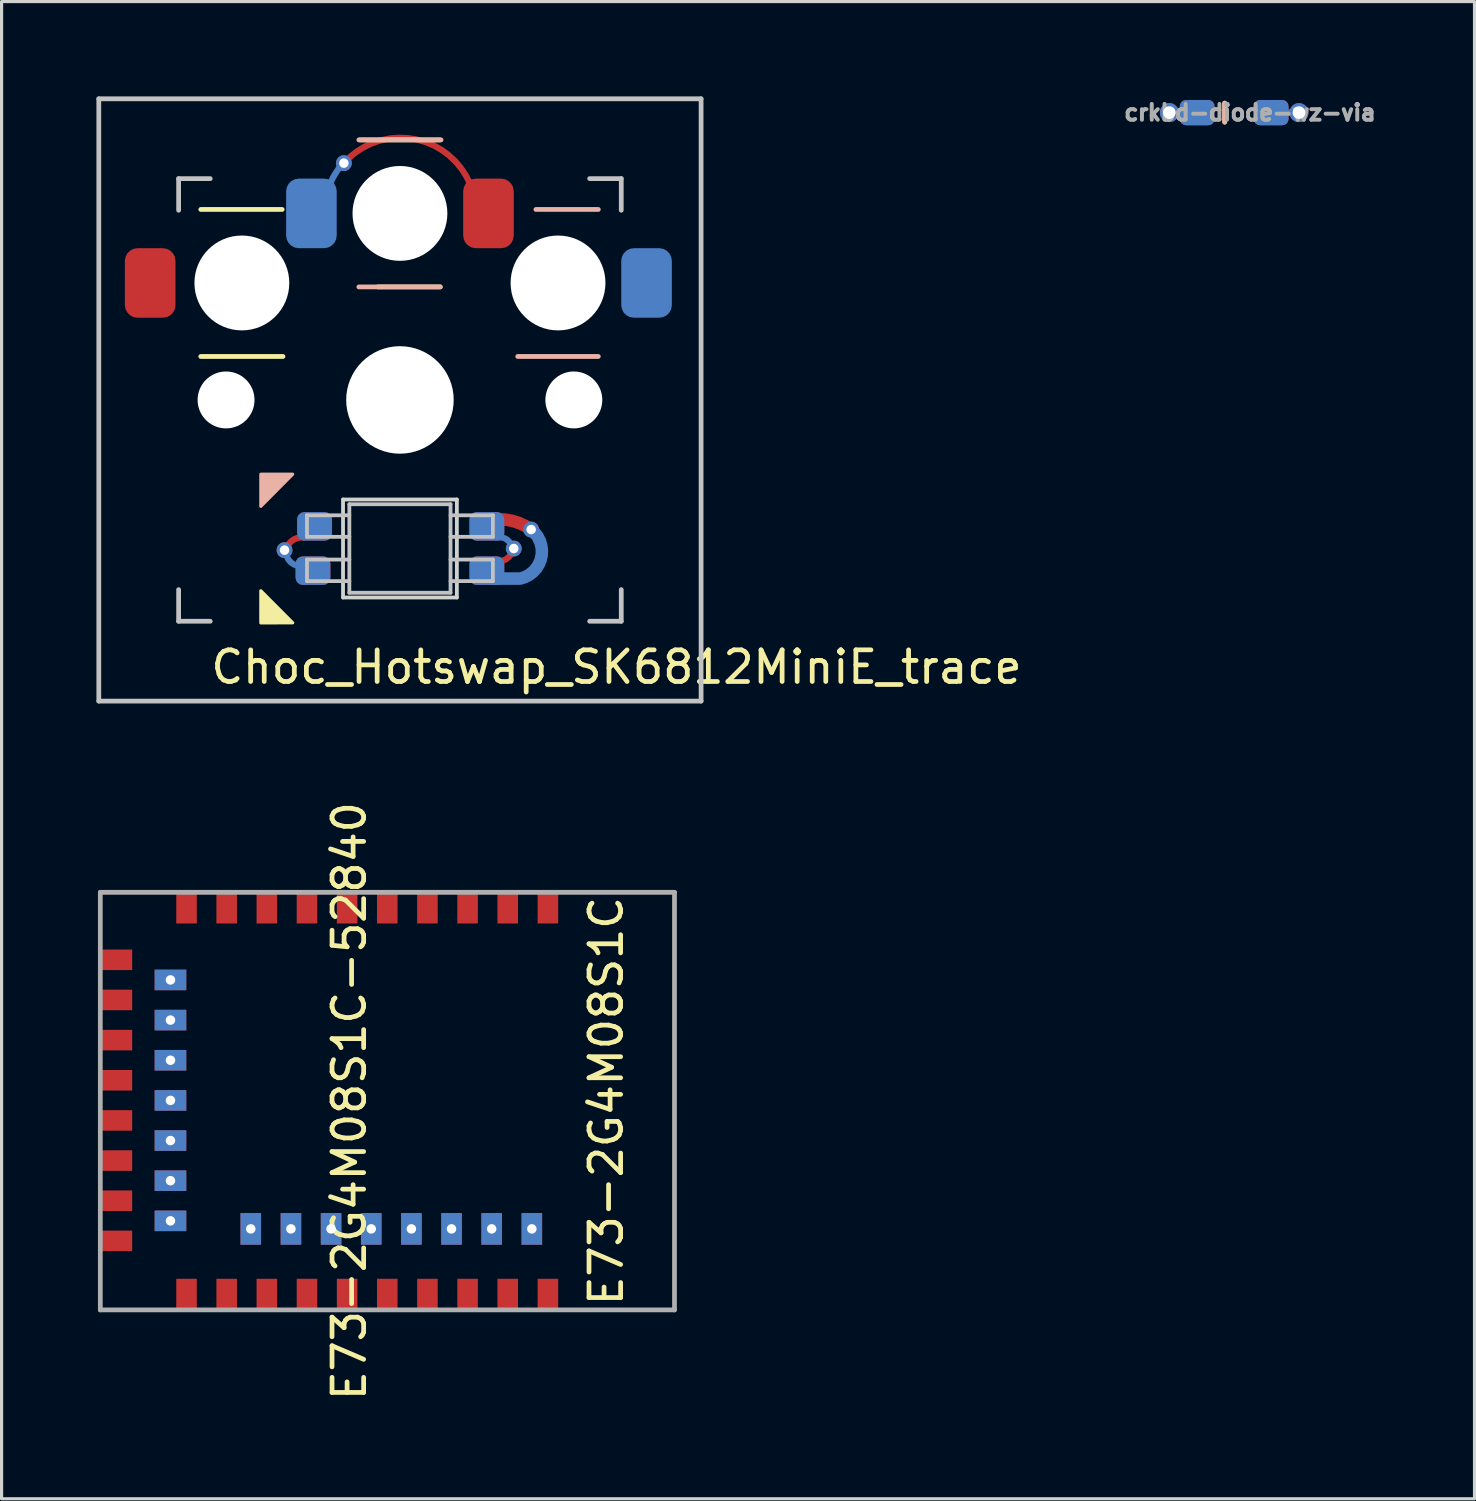
<source format=kicad_pcb>
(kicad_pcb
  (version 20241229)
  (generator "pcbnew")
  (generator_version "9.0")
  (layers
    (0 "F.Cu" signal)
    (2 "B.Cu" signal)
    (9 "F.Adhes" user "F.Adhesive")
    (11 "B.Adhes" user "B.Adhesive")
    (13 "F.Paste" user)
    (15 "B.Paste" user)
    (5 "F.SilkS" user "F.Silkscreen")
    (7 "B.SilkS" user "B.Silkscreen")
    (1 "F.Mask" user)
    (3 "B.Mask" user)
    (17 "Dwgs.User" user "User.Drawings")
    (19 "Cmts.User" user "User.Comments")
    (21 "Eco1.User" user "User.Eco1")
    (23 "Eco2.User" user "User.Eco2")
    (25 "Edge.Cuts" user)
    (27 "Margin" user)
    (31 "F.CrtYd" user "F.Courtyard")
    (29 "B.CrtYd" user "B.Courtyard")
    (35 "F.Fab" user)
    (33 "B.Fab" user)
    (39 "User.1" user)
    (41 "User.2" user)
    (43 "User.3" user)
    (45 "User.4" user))
  (footprint "E73-2G4M08S1C-52840"
    (layer "F.Cu")
    (at 0.25 31.778)
    (property "Reference" "E73-2G4M08S1C-52840" (at 7.747 -0.000467 270) (layer "F.SilkS") (effects (font (size 1 1) (thickness 0.15))))
    (attr through_hole)
    (fp_line (start -0.127 -6.604) (end -0.127 6.604) (stroke (width 0.15) (type solid)) (layer "F.Fab"))
    (fp_line (start -0.127 6.604) (end 18.034 6.604) (stroke (width 0.15) (type solid)) (layer "F.Fab"))
    (fp_line (start 18.034 -6.604) (end -0.127 -6.604) (stroke (width 0.15) (type solid)) (layer "F.Fab"))
    (fp_line (start 18.034 6.604) (end 18.034 -6.604) (stroke (width 0.15) (type solid)) (layer "F.Fab"))
    (fp_text user "E73-2G4M08S1C" (at 15.875 0 90) (layer "F.SilkS") (effects (font (size 1 1) (thickness 0.15))))
    (pad "1" smd rect (at 14.03 -6.119) (size 0.65 1) (layers "F.Cu" "F.Mask" "F.Paste"))
    (pad "2" smd rect (at 12.76 -6.119) (size 0.65 1) (layers "F.Cu" "F.Mask" "F.Paste"))
    (pad "3" smd rect (at 11.49 -6.119) (size 0.65 1) (layers "F.Cu" "F.Mask" "F.Paste"))
    (pad "4" smd rect (at 10.22 -6.119) (size 0.65 1) (layers "F.Cu" "F.Mask" "F.Paste"))
    (pad "5" smd rect (at 8.95 -6.119) (size 0.65 1) (layers "F.Cu" "F.Mask" "F.Paste"))
    (pad "6" smd rect (at 7.68 -6.119) (size 0.65 1) (layers "F.Cu" "F.Mask" "F.Paste"))
    (pad "7" smd rect (at 6.41 -6.119) (size 0.65 1) (layers "F.Cu" "F.Mask" "F.Paste"))
    (pad "8" smd rect (at 5.14 -6.119) (size 0.65 1) (layers "F.Cu" "F.Mask" "F.Paste"))
    (pad "9" smd rect (at 3.87 -6.119) (size 0.65 1) (layers "F.Cu" "F.Mask" "F.Paste"))
    (pad "10" smd rect (at 2.6 -6.119) (size 0.65 1) (layers "F.Cu" "F.Mask" "F.Paste"))
    (pad "11" smd rect (at 0.381 -4.47 90) (size 0.65 1) (layers "F.Cu" "F.Mask" "F.Paste"))
    (pad "12" thru_hole rect (at 2.092 -3.833 90) (size 0.65 1) (drill 0.3) (layers "*.Cu" "*.Mask"))
    (pad "13" smd rect (at 0.381 -3.2 90) (size 0.65 1) (layers "F.Cu" "F.Mask" "F.Paste"))
    (pad "14" thru_hole rect (at 2.092 -2.563 90) (size 0.65 1) (drill 0.3) (layers "*.Cu" "*.Mask"))
    (pad "15" smd rect (at 0.381 -1.93 90) (size 0.65 1) (layers "F.Cu" "F.Mask" "F.Paste"))
    (pad "16" thru_hole rect (at 2.092 -1.293 90) (size 0.65 1) (drill 0.3) (layers "*.Cu" "*.Mask"))
    (pad "17" smd rect (at 0.381 -0.66 90) (size 0.65 1) (layers "F.Cu" "F.Mask" "F.Paste"))
    (pad "18" thru_hole rect (at 2.092 -0.023 90) (size 0.65 1) (drill 0.3) (layers "*.Cu" "*.Mask"))
    (pad "19" smd rect (at 0.381 0.61 90) (size 0.65 1) (layers "F.Cu" "F.Mask" "F.Paste"))
    (pad "20" thru_hole rect (at 2.092 1.247 90) (size 0.65 1) (drill 0.3) (layers "*.Cu" "*.Mask"))
    (pad "21" smd rect (at 0.381 1.88 90) (size 0.65 1) (layers "F.Cu" "F.Mask" "F.Paste"))
    (pad "22" thru_hole rect (at 2.092 2.517 90) (size 0.65 1) (drill 0.3) (layers "*.Cu" "*.Mask"))
    (pad "23" smd rect (at 0.381 3.15 90) (size 0.65 1) (layers "F.Cu" "F.Mask" "F.Paste"))
    (pad "24" thru_hole rect (at 2.092 3.787 90) (size 0.65 1) (drill 0.3) (layers "*.Cu" "*.Mask"))
    (pad "25" smd rect (at 0.381 4.42 90) (size 0.65 1) (layers "F.Cu" "F.Mask" "F.Paste"))
    (pad "26" smd rect (at 2.6 6.119) (size 0.65 1) (layers "F.Cu" "F.Mask" "F.Paste"))
    (pad "27" smd rect (at 3.87 6.119) (size 0.65 1) (layers "F.Cu" "F.Mask" "F.Paste"))
    (pad "28" thru_hole rect (at 4.632 4.041) (size 0.65 1) (drill 0.3) (layers "*.Cu" "*.Mask"))
    (pad "29" smd rect (at 5.14 6.119) (size 0.65 1) (layers "F.Cu" "F.Mask" "F.Paste"))
    (pad "30" thru_hole rect (at 5.902 4.041) (size 0.65 1) (drill 0.3) (layers "*.Cu" "*.Mask"))
    (pad "31" smd rect (at 6.41 6.119) (size 0.65 1) (layers "F.Cu" "F.Mask" "F.Paste"))
    (pad "32" thru_hole rect (at 7.172 4.041) (size 0.65 1) (drill 0.3) (layers "*.Cu" "*.Mask"))
    (pad "33" smd rect (at 7.68 6.119) (size 0.65 1) (layers "F.Cu" "F.Mask" "F.Paste"))
    (pad "34" thru_hole rect (at 8.442 4.041) (size 0.65 1) (drill 0.3) (layers "*.Cu" "*.Mask"))
    (pad "35" smd rect (at 8.95 6.119) (size 0.65 1) (layers "F.Cu" "F.Mask" "F.Paste"))
    (pad "36" thru_hole rect (at 9.712 4.041) (size 0.65 1) (drill 0.3) (layers "*.Cu" "*.Mask"))
    (pad "37" smd rect (at 10.22 6.119) (size 0.65 1) (layers "F.Cu" "F.Mask" "F.Paste"))
    (pad "38" thru_hole rect (at 10.982 4.041) (size 0.65 1) (drill 0.3) (layers "*.Cu" "*.Mask"))
    (pad "39" smd rect (at 11.49 6.119) (size 0.65 1) (layers "F.Cu" "F.Mask" "F.Paste"))
    (pad "40" thru_hole rect (at 12.252 4.041) (size 0.65 1) (drill 0.3) (layers "*.Cu" "*.Mask"))
    (pad "41" smd rect (at 12.76 6.119) (size 0.65 1) (layers "F.Cu" "F.Mask" "F.Paste"))
    (pad "42" thru_hole rect (at 13.522 4.041) (size 0.65 1) (drill 0.3) (layers "*.Cu" "*.Mask"))
    (pad "43" smd rect (at 14.03 6.119) (size 0.65 1) (layers "F.Cu" "F.Mask" "F.Paste")))
  (footprint "Choc_Hotswap_SK6812MiniE_trace"
    (layer "F.Cu")
    (at 9.6 9.6)
    (property "Reference" "Choc_Hotswap_SK6812MiniE_trace" (at 6.85 8.45 180) (layer "F.SilkS") (effects (font (size 1 1) (thickness 0.15))))
    (attr through_hole)
    (fp_line (start -6.3 -6.025) (end -3.725 -6.025) (stroke (width 0.15) (type solid)) (layer "F.SilkS"))
    (fp_line (start -6.3 -1.375) (end -3.7 -1.375) (stroke (width 0.15) (type solid)) (layer "F.SilkS"))
    (fp_line (start -1.275 -8.225) (end 1.275 -8.225) (stroke (width 0.15) (type solid)) (layer "F.SilkS"))
    (fp_line (start -0.7 -3.575) (end 1.275 -3.575) (stroke (width 0.15) (type solid)) (layer "F.SilkS"))
    (fp_poly (pts (xy -3.392 7.049) (xy -4.4 7.052) (xy -4.4 6.036)) (stroke (width 0.1) (type solid)) (fill yes) (layer "F.SilkS"))
    (fp_line (start -1.3 -8.225) (end 1.3 -8.225) (stroke (width 0.15) (type solid)) (layer "B.SilkS"))
    (fp_line (start -1.3 -3.575) (end 1.275 -3.575) (stroke (width 0.15) (type solid)) (layer "B.SilkS"))
    (fp_line (start 3.725 -1.375) (end 6.275 -1.375) (stroke (width 0.15) (type solid)) (layer "B.SilkS"))
    (fp_line (start 4.3 -6.025) (end 6.275 -6.025) (stroke (width 0.15) (type solid)) (layer "B.SilkS"))
    (fp_poly (pts (xy -4.4 3.365) (xy -4.4 2.349) (xy -3.392 2.349)) (stroke (width 0.1) (type solid)) (fill yes) (layer "B.SilkS"))
    (fp_line (start -9.525 -9.525) (end 9.525 -9.525) (stroke (width 0.15) (type solid)) (layer "Dwgs.User"))
    (fp_line (start -9.525 9.525) (end -9.525 -9.525) (stroke (width 0.15) (type solid)) (layer "Dwgs.User"))
    (fp_line (start -7 -7) (end -7 -6) (stroke (width 0.15) (type solid)) (layer "Dwgs.User"))
    (fp_line (start -7 6) (end -7 7) (stroke (width 0.15) (type solid)) (layer "Dwgs.User"))
    (fp_line (start -7 7) (end -6 7) (stroke (width 0.15) (type solid)) (layer "Dwgs.User"))
    (fp_line (start -6 -7) (end -7 -7) (stroke (width 0.15) (type solid)) (layer "Dwgs.User"))
    (fp_line (start -2.94 3.649) (end -2.94 4.329) (stroke (width 0.12) (type solid)) (layer "Dwgs.User"))
    (fp_line (start -2.94 4.329) (end -1.6 4.329) (stroke (width 0.12) (type solid)) (layer "Dwgs.User"))
    (fp_line (start -2.94 5.049) (end -2.94 5.729) (stroke (width 0.12) (type solid)) (layer "Dwgs.User"))
    (fp_line (start -2.94 5.729) (end -1.6 5.729) (stroke (width 0.12) (type solid)) (layer "Dwgs.User"))
    (fp_line (start -1.6 3.299) (end -1.6 6.099) (stroke (width 0.12) (type solid)) (layer "Dwgs.User"))
    (fp_line (start -1.6 3.299) (end 1.6 3.299) (stroke (width 0.12) (type solid)) (layer "Dwgs.User"))
    (fp_line (start -1.6 3.649) (end -2.94 3.649) (stroke (width 0.12) (type solid)) (layer "Dwgs.User"))
    (fp_line (start -1.6 5.049) (end -2.94 5.049) (stroke (width 0.12) (type solid)) (layer "Dwgs.User"))
    (fp_line (start -1.6 6.099) (end 1.6 6.099) (stroke (width 0.12) (type solid)) (layer "Dwgs.User"))
    (fp_line (start 1.6 3.299) (end 1.6 6.099) (stroke (width 0.12) (type solid)) (layer "Dwgs.User"))
    (fp_line (start 1.6 4.329) (end 2.94 4.329) (stroke (width 0.12) (type solid)) (layer "Dwgs.User"))
    (fp_line (start 1.6 5.729) (end 2.94 5.729) (stroke (width 0.12) (type solid)) (layer "Dwgs.User"))
    (fp_line (start 2.94 3.649) (end 1.6 3.649) (stroke (width 0.12) (type solid)) (layer "Dwgs.User"))
    (fp_line (start 2.94 4.329) (end 2.94 3.649) (stroke (width 0.12) (type solid)) (layer "Dwgs.User"))
    (fp_line (start 2.94 5.049) (end 1.6 5.049) (stroke (width 0.12) (type solid)) (layer "Dwgs.User"))
    (fp_line (start 2.94 5.729) (end 2.94 5.049) (stroke (width 0.12) (type solid)) (layer "Dwgs.User"))
    (fp_line (start 6 -7) (end 7 -7) (stroke (width 0.15) (type solid)) (layer "Dwgs.User"))
    (fp_line (start 7 -7) (end 7 -6) (stroke (width 0.15) (type solid)) (layer "Dwgs.User"))
    (fp_line (start 7 6) (end 7 7) (stroke (width 0.15) (type solid)) (layer "Dwgs.User"))
    (fp_line (start 7 7) (end 6 7) (stroke (width 0.15) (type solid)) (layer "Dwgs.User"))
    (fp_line (start 9.525 -9.525) (end 9.525 9.525) (stroke (width 0.15) (type solid)) (layer "Dwgs.User"))
    (fp_line (start 9.525 9.525) (end -9.525 9.525) (stroke (width 0.15) (type solid)) (layer "Dwgs.User"))
    (fp_line (start -1.8 3.149) (end -1.8 6.249) (stroke (width 0.12) (type solid)) (layer "Edge.Cuts"))
    (fp_line (start -1.8 6.249) (end 1.8 6.249) (stroke (width 0.12) (type solid)) (layer "Edge.Cuts"))
    (fp_line (start 1.8 3.149) (end -1.8 3.149) (stroke (width 0.12) (type solid)) (layer "Edge.Cuts"))
    (fp_line (start 1.8 6.249) (end 1.8 3.149) (stroke (width 0.12) (type solid)) (layer "Edge.Cuts"))
    (pad "" np_thru_hole circle (at -5.5 0 270) (size 1.8 1.8) (drill 1.8) (layers "*.Cu" "*.Mask"))
    (pad "" np_thru_hole circle (at -5 -3.7 90) (size 3 3) (drill 3) (layers "*.Cu" "*.Mask"))
    (pad "" np_thru_hole circle (at 0 -5.9 270) (size 3 3) (drill 3) (layers "*.Cu" "*.Mask"))
    (pad "" np_thru_hole circle (at 0 0 270) (size 3.4 3.4) (drill 3.4) (layers "*.Cu" "*.Mask"))
    (pad "" np_thru_hole circle (at 5 -3.7 270) (size 3 3) (drill 3) (layers "*.Cu" "*.Mask"))
    (pad "" np_thru_hole circle (at 5.5 0 270) (size 1.8 1.8) (drill 1.8) (layers "*.Cu" "*.Mask"))
    (pad "1" smd roundrect (at 2.75 3.999) (size 1.1 0.9) (layers "F.Cu" "F.Mask" "F.Paste") (roundrect_rratio 0.25))
    (pad "1" smd roundrect (at 2.75 5.399) (size 1.1 0.9) (layers "B.Cu" "B.Mask" "B.Paste") (roundrect_rratio 0.25))
    (pad "1" smd custom (at 3.564 3.88) (size 0.2 0.2) (layers "F.Cu") (options (anchor circle)) (primitives (gr_arc (start -0.489297 -0.106117) (mid 0.069838 -0.03139) (end 0.57766 0.214236) (width 0.4))))
    (pad "1" thru_hole circle (at 4.15 4.1) (size 0.5 0.5) (drill 0.3) (layers "*.Cu"))
    (pad "1" smd custom (at 4.3 5.2) (size 0.224 0.224) (layers "B.Cu") (options (anchor circle)) (primitives (gr_arc (start -0.15 -1.1) (mid 0.168602 -0.215125) (end -0.496983 0.449336) (width 0.4)) (gr_line (start -0.55 0.45) (end -1.4 0.449) (width 0.4))))
    (pad "2" smd roundrect (at 2.75 3.999) (size 1.1 0.9) (layers "B.Cu" "B.Mask" "B.Paste") (roundrect_rratio 0.25))
    (pad "2" smd roundrect (at 2.75 5.399) (size 1.1 0.9) (layers "F.Cu" "F.Mask" "F.Paste") (roundrect_rratio 0.25))
    (pad "2" smd custom (at 3.4 4.45) (size 0.15 0.15) (layers "B.Cu") (options (anchor circle)) (primitives (gr_arc (start -0.3 -0.1) (mid 0.026295 0.002246) (end 0.150235 0.320934) (width 0.2)) (gr_poly (pts (xy -0.075 -0.037) (xy -0.072 -0.052) (xy -0.064 -0.064) (xy -0.052 -0.072) (xy -0.037 -0.075) (xy 0.037 -0.075) (xy 0.052 -0.072) (xy 0.064 -0.064) (xy 0.072 -0.052) (xy 0.075 -0.037) (xy 0.075 0.037) (xy 0.072 0.052) (xy 0.064 0.064) (xy 0.052 0.072) (xy 0.037 0.075) (xy -0.037 0.075) (xy -0.052 0.072) (xy -0.064 0.064) (xy -0.072 0.052) (xy -0.075 0.037)) (width 0) (fill yes))))
    (pad "2" smd custom (at 3.4 5) (size 0.1 0.1) (layers "F.Cu") (options (anchor circle)) (primitives (gr_arc (start 0.15 -0.2) (mid -0.046525 0.036448) (end -0.347298 0.100204) (width 0.2))))
    (pad "2" thru_hole circle (at 3.6 4.7) (size 0.5 0.5) (drill 0.3) (layers "*.Cu"))
    (pad "3" smd roundrect (at -2.75 5.399) (size 1.1 0.9) (layers "F.Cu" "F.Mask" "F.Paste") (roundrect_rratio 0.25))
    (pad "3" smd roundrect (at -2.7 3.999) (size 1.1 0.9) (layers "B.Cu" "B.Mask" "B.Paste") (roundrect_rratio 0.25))
    (pad "4" thru_hole circle (at -3.65 4.751) (size 0.5 0.5) (drill 0.3) (layers "*.Cu"))
    (pad "4" smd custom (at -3.45 5.15) (size 0.174 0.174) (layers "B.Cu") (options (anchor circle)) (primitives (gr_arc (start 0.3 0.1) (mid -0.035814 -0.049866) (end -0.15006 -0.399406) (width 0.2))))
    (pad "4" smd custom (at -3.4 4.45) (size 0.1 0.1) (layers "F.Cu") (options (anchor circle)) (primitives (gr_poly (pts (xy -0.05 -0.025) (xy -0.048 -0.035) (xy -0.043 -0.043) (xy -0.035 -0.048) (xy -0.025 -0.05) (xy 0.025 -0.05) (xy 0.035 -0.048) (xy 0.043 -0.043) (xy 0.048 -0.035) (xy 0.05 -0.025) (xy 0.05 0.025) (xy 0.048 0.035) (xy 0.043 0.043) (xy 0.035 0.048) (xy 0.025 0.05) (xy -0.025 0.05) (xy -0.035 0.048) (xy -0.043 0.043) (xy -0.048 0.035) (xy -0.05 0.025)) (width 0) (fill yes)) (gr_arc (start -0.2 0.3) (mid -0.003209 -0.005343) (end 0.347433 -0.100272) (width 0.2))))
    (pad "4" smd roundrect (at -2.75 5.399) (size 1.1 0.9) (layers "B.Cu" "B.Mask" "B.Paste") (roundrect_rratio 0.25))
    (pad "4" smd roundrect (at -2.7 3.999) (size 1.1 0.9) (layers "F.Cu" "F.Mask" "F.Paste") (roundrect_rratio 0.25))
    (pad "5" smd roundrect (at -2.8 -5.9) (size 1.6 2.2) (layers "B.Cu" "B.Mask" "B.Paste") (roundrect_rratio 0.25))
    (pad "5" smd custom (at -2.1 -7.1) (size 0.1 0.1) (layers "B.Cu") (options (anchor circle)) (primitives (gr_arc (start -0.3 1.2) (mid -0.142091 0.343829) (end 0.310858 -0.399678) (width 0.2))))
    (pad "5" thru_hole circle (at -1.773 -7.49) (size 0.5 0.5) (drill 0.3) (layers "*.Cu"))
    (pad "5" smd custom (at 1.45 -7.8) (size 0.1 0.1) (layers "F.Cu") (options (anchor circle)) (primitives (gr_arc (start -3.222508 0.31029) (mid -0.653601 -0.360261) (end 0.950832 1.755092) (width 0.2))))
    (pad "5" smd roundrect (at 2.8 -5.9) (size 1.6 2.2) (layers "F.Cu" "F.Mask" "F.Paste") (roundrect_rratio 0.25))
    (pad "6" smd roundrect (at -7.9 -3.7) (size 1.6 2.2) (layers "F.Cu" "F.Mask" "F.Paste") (roundrect_rratio 0.25))
    (pad "6" smd roundrect (at 7.8 -3.7) (size 1.6 2.2) (layers "B.Cu" "B.Mask" "B.Paste") (roundrect_rratio 0.25)))
  (footprint "crkbd-diode-wz-via"
    (layer "F.Cu")
    (at 35.986 0.512)
    (property "Reference" "crkbd-diode-wz-via" (at 0.5 0 180) (layer "F.Fab") (effects (font (size 0.5 0.5) (thickness 0.125))))
    (attr through_hole)
    (fp_line (start -0.3 -0.3) (end -0.3 0.3) (stroke (width 0.15) (type solid)) (layer "F.SilkS"))
    (fp_line (start -0.3 -0.3) (end -0.3 0.3) (stroke (width 0.15) (type solid)) (layer "B.SilkS"))
    (pad "1" thru_hole circle (at -2.05 0) (size 0.6 0.6) (drill 0.4) (layers "*.Cu"))
    (pad "1" smd custom (at -1.75 0) (size 0.1 0.1) (layers "F.Cu") (options (anchor circle)) (primitives (gr_line (start 0.58 0) (end -0.15 0) (width 0.2))))
    (pad "1" smd custom (at -1.75 0) (size 0.1 0.1) (layers "B.Cu") (options (anchor circle)) (primitives (gr_line (start -0.3 0) (end 0.58 0) (width 0.2))))
    (pad "1" smd roundrect (at -1.17 0) (size 1.1 0.8) (layers "F.Cu" "F.Mask" "F.Paste") (roundrect_rratio 0.25))
    (pad "1" smd roundrect (at -1.17 0) (size 1.1 0.8) (layers "B.Cu" "B.Mask" "B.Paste") (roundrect_rratio 0.25))
    (pad "2" smd roundrect (at 1.17 0) (size 1.1 0.8) (layers "F.Cu" "F.Mask" "F.Paste") (roundrect_rratio 0.25))
    (pad "2" smd roundrect (at 1.17 0) (size 1.1 0.8) (layers "B.Cu" "B.Mask" "B.Paste") (roundrect_rratio 0.25))
    (pad "2" smd custom (at 1.72 0) (size 0.1 0.1) (layers "B.Cu") (options (anchor circle)) (primitives (gr_line (start 0.33 0) (end -0.55 0) (width 0.2))))
    (pad "2" smd custom (at 1.75 0) (size 0.1 0.1) (layers "F.Cu") (options (anchor circle)) (primitives (gr_line (start 0.3 0) (end -0.58 0) (width 0.2))))
    (pad "2" thru_hole circle (at 2.05 0) (size 0.6 0.6) (drill 0.4) (layers "*.Cu")))
  (gr_rect
    (start -3 -3)
    (end 43.588 44.355)
    (stroke (width 0.1) (type default))
    (fill no)
    (layer "Edge.Cuts")))
</source>
